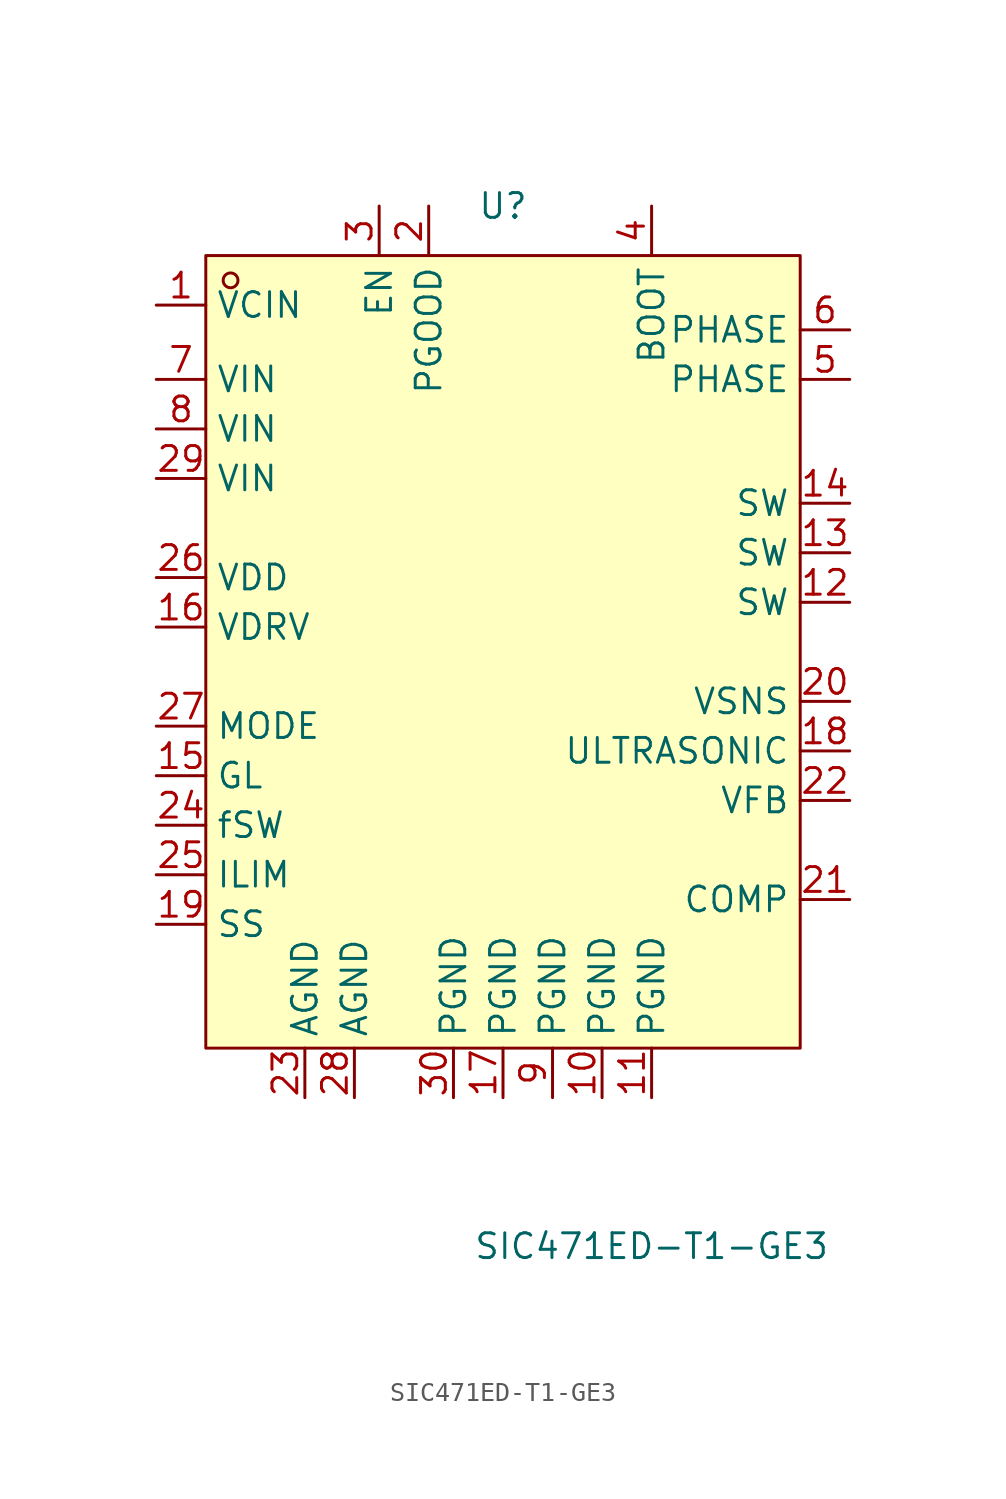
<source format=kicad_sym>
(kicad_symbol_lib
  (version 20220914)
  (generator kicad_symbol_editor)
  (symbol "SIC471ED-T1-GE3"
    (property "Reference" "U"
      (at 0 22.86 0)
      (effects (font (size 1.27 1.27))))
    (property "Value" "SIC471ED-T1-GE3"
      (at 7.62 -30.48 0)
      (effects (font (size 1.27 1.27))))
    (symbol "SIC471ED-T1-GE3_0_1"
      (rectangle (start -15.24 20.32) (end 15.24 -20.32) (stroke (width 0) (type default)) (fill (type background)))
      (circle (center -13.97 19.05) (radius 0.38) (stroke (width 0) (type default)) (fill (type none)))
      (pin unspecified line (at -17.78 17.78 0) (length 2.54) (name "VCIN" (effects (font (size 1.27 1.27)))) (number "1" (effects (font (size 1.27 1.27)))))
      (pin unspecified line (at 5.08 -22.86 90) (length 2.54) (name "PGND" (effects (font (size 1.27 1.27)))) (number "10" (effects (font (size 1.27 1.27)))))
      (pin unspecified line (at 7.62 -22.86 90) (length 2.54) (name "PGND" (effects (font (size 1.27 1.27)))) (number "11" (effects (font (size 1.27 1.27)))))
      (pin unspecified line (at 17.78 2.54 180) (length 2.54) (name "SW" (effects (font (size 1.27 1.27)))) (number "12" (effects (font (size 1.27 1.27)))))
      (pin unspecified line (at 17.78 5.08 180) (length 2.54) (name "SW" (effects (font (size 1.27 1.27)))) (number "13" (effects (font (size 1.27 1.27)))))
      (pin unspecified line (at 17.78 7.62 180) (length 2.54) (name "SW" (effects (font (size 1.27 1.27)))) (number "14" (effects (font (size 1.27 1.27)))))
      (pin unspecified line (at -17.78 -6.35 0) (length 2.54) (name "GL" (effects (font (size 1.27 1.27)))) (number "15" (effects (font (size 1.27 1.27)))))
      (pin unspecified line (at -17.78 1.27 0) (length 2.54) (name "VDRV" (effects (font (size 1.27 1.27)))) (number "16" (effects (font (size 1.27 1.27)))))
      (pin unspecified line (at 0 -22.86 90) (length 2.54) (name "PGND" (effects (font (size 1.27 1.27)))) (number "17" (effects (font (size 1.27 1.27)))))
      (pin unspecified line (at 17.78 -5.08 180) (length 2.54) (name "ULTRASONIC" (effects (font (size 1.27 1.27)))) (number "18" (effects (font (size 1.27 1.27)))))
      (pin unspecified line (at -17.78 -13.97 0) (length 2.54) (name "SS" (effects (font (size 1.27 1.27)))) (number "19" (effects (font (size 1.27 1.27)))))
      (pin unspecified line (at -3.81 22.86 270) (length 2.54) (name "PGOOD" (effects (font (size 1.27 1.27)))) (number "2" (effects (font (size 1.27 1.27)))))
      (pin unspecified line (at 17.78 -2.54 180) (length 2.54) (name "VSNS" (effects (font (size 1.27 1.27)))) (number "20" (effects (font (size 1.27 1.27)))))
      (pin unspecified line (at 17.78 -12.7 180) (length 2.54) (name "COMP" (effects (font (size 1.27 1.27)))) (number "21" (effects (font (size 1.27 1.27)))))
      (pin unspecified line (at 17.78 -7.62 180) (length 2.54) (name "VFB" (effects (font (size 1.27 1.27)))) (number "22" (effects (font (size 1.27 1.27)))))
      (pin unspecified line (at -10.16 -22.86 90) (length 2.54) (name "AGND" (effects (font (size 1.27 1.27)))) (number "23" (effects (font (size 1.27 1.27)))))
      (pin unspecified line (at -17.78 -8.89 0) (length 2.54) (name "fSW" (effects (font (size 1.27 1.27)))) (number "24" (effects (font (size 1.27 1.27)))))
      (pin unspecified line (at -17.78 -11.43 0) (length 2.54) (name "ILIM" (effects (font (size 1.27 1.27)))) (number "25" (effects (font (size 1.27 1.27)))))
      (pin unspecified line (at -17.78 3.81 0) (length 2.54) (name "VDD" (effects (font (size 1.27 1.27)))) (number "26" (effects (font (size 1.27 1.27)))))
      (pin unspecified line (at -17.78 -3.81 0) (length 2.54) (name "MODE" (effects (font (size 1.27 1.27)))) (number "27" (effects (font (size 1.27 1.27)))))
      (pin unspecified line (at -7.62 -22.86 90) (length 2.54) (name "AGND" (effects (font (size 1.27 1.27)))) (number "28" (effects (font (size 1.27 1.27)))))
      (pin unspecified line (at -17.78 8.89 0) (length 2.54) (name "VIN" (effects (font (size 1.27 1.27)))) (number "29" (effects (font (size 1.27 1.27)))))
      (pin unspecified line (at -6.35 22.86 270) (length 2.54) (name "EN" (effects (font (size 1.27 1.27)))) (number "3" (effects (font (size 1.27 1.27)))))
      (pin unspecified line (at -2.54 -22.86 90) (length 2.54) (name "PGND" (effects (font (size 1.27 1.27)))) (number "30" (effects (font (size 1.27 1.27)))))
      (pin unspecified line (at 7.62 22.86 270) (length 2.54) (name "BOOT" (effects (font (size 1.27 1.27)))) (number "4" (effects (font (size 1.27 1.27)))))
      (pin unspecified line (at 17.78 13.97 180) (length 2.54) (name "PHASE" (effects (font (size 1.27 1.27)))) (number "5" (effects (font (size 1.27 1.27)))))
      (pin unspecified line (at 17.78 16.51 180) (length 2.54) (name "PHASE" (effects (font (size 1.27 1.27)))) (number "6" (effects (font (size 1.27 1.27)))))
      (pin unspecified line (at -17.78 13.97 0) (length 2.54) (name "VIN" (effects (font (size 1.27 1.27)))) (number "7" (effects (font (size 1.27 1.27)))))
      (pin unspecified line (at -17.78 11.43 0) (length 2.54) (name "VIN" (effects (font (size 1.27 1.27)))) (number "8" (effects (font (size 1.27 1.27)))))
      (pin unspecified line (at 2.54 -22.86 90) (length 2.54) (name "PGND" (effects (font (size 1.27 1.27)))) (number "9" (effects (font (size 1.27 1.27))))))))
</source>
